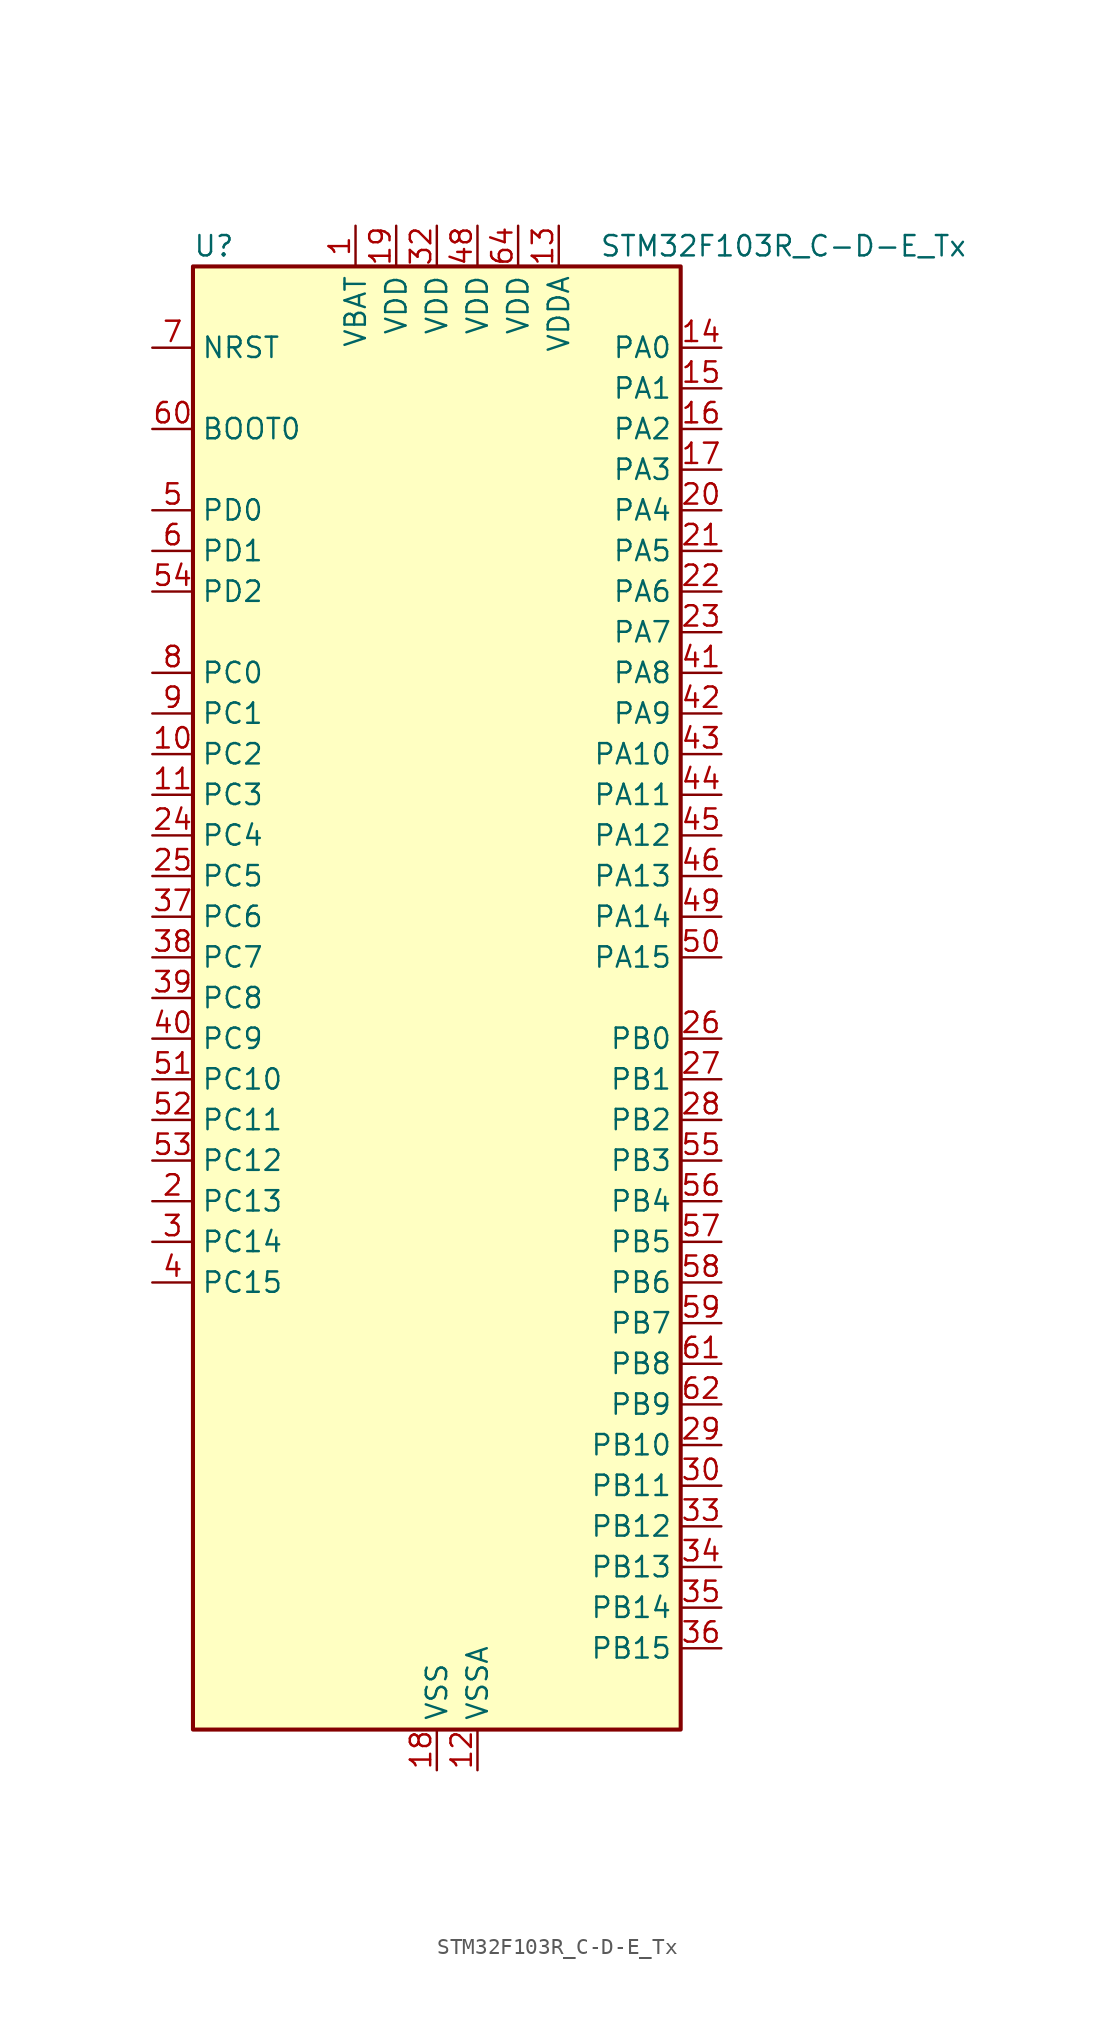
<source format=kicad_sym>
(kicad_symbol_lib
  (version 20241209)
  (generator "kicad_symbol_editor")
  (generator_version "9.0")
  (symbol "STM32F103R_C-D-E_Tx"
    (property "Reference" "U"
      (at -15.24 46.99 0)
      (effects (font (size 1.27 1.27)) (justify left)))
    (property "Value" "STM32F103R_C-D-E_Tx"
      (at 10.16 46.99 0)
      (effects (font (size 1.27 1.27)) (justify left)))
    (symbol "STM32F103R_C-D-E_Tx_0_1"
      (rectangle (start -15.24 -45.72) (end 15.24 45.72) (stroke (width 0.254) (type default)) (fill (type background))))
    (symbol "STM32F103R_C-D-E_Tx_1_1"
      (pin input line (at -17.78 40.64 0) (length 2.54) (name "NRST" (effects (font (size 1.27 1.27)))) (number "7" (effects (font (size 1.27 1.27)))))
      (pin input line (at -17.78 35.56 0) (length 2.54) (name "BOOT0" (effects (font (size 1.27 1.27)))) (number "60" (effects (font (size 1.27 1.27)))))
      (pin bidirectional line (at -17.78 30.48 0) (length 2.54) (name "PD0" (effects (font (size 1.27 1.27)))) (number "5" (effects (font (size 1.27 1.27)))) (alternate "RCC_OSC_IN" bidirectional line))
      (pin bidirectional line (at -17.78 27.94 0) (length 2.54) (name "PD1" (effects (font (size 1.27 1.27)))) (number "6" (effects (font (size 1.27 1.27)))) (alternate "RCC_OSC_OUT" bidirectional line))
      (pin bidirectional line (at -17.78 25.4 0) (length 2.54) (name "PD2" (effects (font (size 1.27 1.27)))) (number "54" (effects (font (size 1.27 1.27)))) (alternate "SDIO_CMD" bidirectional line) (alternate "TIM3_ETR" bidirectional line) (alternate "UART5_RX" bidirectional line))
      (pin bidirectional line (at -17.78 20.32 0) (length 2.54) (name "PC0" (effects (font (size 1.27 1.27)))) (number "8" (effects (font (size 1.27 1.27)))) (alternate "ADC1_IN10" bidirectional line) (alternate "ADC2_IN10" bidirectional line) (alternate "ADC3_IN10" bidirectional line))
      (pin bidirectional line (at -17.78 17.78 0) (length 2.54) (name "PC1" (effects (font (size 1.27 1.27)))) (number "9" (effects (font (size 1.27 1.27)))) (alternate "ADC1_IN11" bidirectional line) (alternate "ADC2_IN11" bidirectional line) (alternate "ADC3_IN11" bidirectional line))
      (pin bidirectional line (at -17.78 15.24 0) (length 2.54) (name "PC2" (effects (font (size 1.27 1.27)))) (number "10" (effects (font (size 1.27 1.27)))) (alternate "ADC1_IN12" bidirectional line) (alternate "ADC2_IN12" bidirectional line) (alternate "ADC3_IN12" bidirectional line))
      (pin bidirectional line (at -17.78 12.7 0) (length 2.54) (name "PC3" (effects (font (size 1.27 1.27)))) (number "11" (effects (font (size 1.27 1.27)))) (alternate "ADC1_IN13" bidirectional line) (alternate "ADC2_IN13" bidirectional line) (alternate "ADC3_IN13" bidirectional line))
      (pin bidirectional line (at -17.78 10.16 0) (length 2.54) (name "PC4" (effects (font (size 1.27 1.27)))) (number "24" (effects (font (size 1.27 1.27)))) (alternate "ADC1_IN14" bidirectional line) (alternate "ADC2_IN14" bidirectional line))
      (pin bidirectional line (at -17.78 7.62 0) (length 2.54) (name "PC5" (effects (font (size 1.27 1.27)))) (number "25" (effects (font (size 1.27 1.27)))) (alternate "ADC1_IN15" bidirectional line) (alternate "ADC2_IN15" bidirectional line))
      (pin bidirectional line (at -17.78 5.08 0) (length 2.54) (name "PC6" (effects (font (size 1.27 1.27)))) (number "37" (effects (font (size 1.27 1.27)))) (alternate "I2S2_MCK" bidirectional line) (alternate "SDIO_D6" bidirectional line) (alternate "TIM3_CH1" bidirectional line) (alternate "TIM8_CH1" bidirectional line))
      (pin bidirectional line (at -17.78 2.54 0) (length 2.54) (name "PC7" (effects (font (size 1.27 1.27)))) (number "38" (effects (font (size 1.27 1.27)))) (alternate "I2S3_MCK" bidirectional line) (alternate "SDIO_D7" bidirectional line) (alternate "TIM3_CH2" bidirectional line) (alternate "TIM8_CH2" bidirectional line))
      (pin bidirectional line (at -17.78 0 0) (length 2.54) (name "PC8" (effects (font (size 1.27 1.27)))) (number "39" (effects (font (size 1.27 1.27)))) (alternate "SDIO_D0" bidirectional line) (alternate "TIM3_CH3" bidirectional line) (alternate "TIM8_CH3" bidirectional line))
      (pin bidirectional line (at -17.78 -2.54 0) (length 2.54) (name "PC9" (effects (font (size 1.27 1.27)))) (number "40" (effects (font (size 1.27 1.27)))) (alternate "DAC_EXTI9" bidirectional line) (alternate "SDIO_D1" bidirectional line) (alternate "TIM3_CH4" bidirectional line) (alternate "TIM8_CH4" bidirectional line))
      (pin bidirectional line (at -17.78 -5.08 0) (length 2.54) (name "PC10" (effects (font (size 1.27 1.27)))) (number "51" (effects (font (size 1.27 1.27)))) (alternate "SDIO_D2" bidirectional line) (alternate "UART4_TX" bidirectional line) (alternate "USART3_TX" bidirectional line))
      (pin bidirectional line (at -17.78 -7.62 0) (length 2.54) (name "PC11" (effects (font (size 1.27 1.27)))) (number "52" (effects (font (size 1.27 1.27)))) (alternate "ADC1_EXTI11" bidirectional line) (alternate "ADC2_EXTI11" bidirectional line) (alternate "SDIO_D3" bidirectional line) (alternate "UART4_RX" bidirectional line) (alternate "USART3_RX" bidirectional line))
      (pin bidirectional line (at -17.78 -10.16 0) (length 2.54) (name "PC12" (effects (font (size 1.27 1.27)))) (number "53" (effects (font (size 1.27 1.27)))) (alternate "SDIO_CK" bidirectional line) (alternate "UART5_TX" bidirectional line) (alternate "USART3_CK" bidirectional line))
      (pin bidirectional line (at -17.78 -12.7 0) (length 2.54) (name "PC13" (effects (font (size 1.27 1.27)))) (number "2" (effects (font (size 1.27 1.27)))) (alternate "RTC_OUT" bidirectional line) (alternate "RTC_TAMPER" bidirectional line))
      (pin bidirectional line (at -17.78 -15.24 0) (length 2.54) (name "PC14" (effects (font (size 1.27 1.27)))) (number "3" (effects (font (size 1.27 1.27)))) (alternate "RCC_OSC32_IN" bidirectional line))
      (pin bidirectional line (at -17.78 -17.78 0) (length 2.54) (name "PC15" (effects (font (size 1.27 1.27)))) (number "4" (effects (font (size 1.27 1.27)))) (alternate "ADC1_EXTI15" bidirectional line) (alternate "ADC2_EXTI15" bidirectional line) (alternate "RCC_OSC32_OUT" bidirectional line))
      (pin power_in line (at -5.08 48.26 270) (length 2.54) (name "VBAT" (effects (font (size 1.27 1.27)))) (number "1" (effects (font (size 1.27 1.27)))))
      (pin power_in line (at -2.54 48.26 270) (length 2.54) (name "VDD" (effects (font (size 1.27 1.27)))) (number "19" (effects (font (size 1.27 1.27)))))
      (pin power_in line (at 0 48.26 270) (length 2.54) (name "VDD" (effects (font (size 1.27 1.27)))) (number "32" (effects (font (size 1.27 1.27)))))
      (pin power_in line (at 0 -48.26 90) (length 2.54) (name "VSS" (effects (font (size 1.27 1.27)))) (number "18" (effects (font (size 1.27 1.27)))))
      (pin passive line (at 0 -48.26 90) (length 2.54) (hide yes) (name "VSS" (effects (font (size 1.27 1.27)))) (number "31" (effects (font (size 1.27 1.27)))))
      (pin passive line (at 0 -48.26 90) (length 2.54) (hide yes) (name "VSS" (effects (font (size 1.27 1.27)))) (number "47" (effects (font (size 1.27 1.27)))))
      (pin passive line (at 0 -48.26 90) (length 2.54) (hide yes) (name "VSS" (effects (font (size 1.27 1.27)))) (number "63" (effects (font (size 1.27 1.27)))))
      (pin power_in line (at 2.54 48.26 270) (length 2.54) (name "VDD" (effects (font (size 1.27 1.27)))) (number "48" (effects (font (size 1.27 1.27)))))
      (pin power_in line (at 2.54 -48.26 90) (length 2.54) (name "VSSA" (effects (font (size 1.27 1.27)))) (number "12" (effects (font (size 1.27 1.27)))))
      (pin power_in line (at 5.08 48.26 270) (length 2.54) (name "VDD" (effects (font (size 1.27 1.27)))) (number "64" (effects (font (size 1.27 1.27)))))
      (pin power_in line (at 7.62 48.26 270) (length 2.54) (name "VDDA" (effects (font (size 1.27 1.27)))) (number "13" (effects (font (size 1.27 1.27)))))
      (pin bidirectional line (at 17.78 40.64 180) (length 2.54) (name "PA0" (effects (font (size 1.27 1.27)))) (number "14" (effects (font (size 1.27 1.27)))) (alternate "ADC1_IN0" bidirectional line) (alternate "ADC2_IN0" bidirectional line) (alternate "ADC3_IN0" bidirectional line) (alternate "SYS_WKUP" bidirectional line) (alternate "TIM2_CH1" bidirectional line) (alternate "TIM2_ETR" bidirectional line) (alternate "TIM5_CH1" bidirectional line) (alternate "TIM8_ETR" bidirectional line) (alternate "USART2_CTS" bidirectional line))
      (pin bidirectional line (at 17.78 38.1 180) (length 2.54) (name "PA1" (effects (font (size 1.27 1.27)))) (number "15" (effects (font (size 1.27 1.27)))) (alternate "ADC1_IN1" bidirectional line) (alternate "ADC2_IN1" bidirectional line) (alternate "ADC3_IN1" bidirectional line) (alternate "TIM2_CH2" bidirectional line) (alternate "TIM5_CH2" bidirectional line) (alternate "USART2_RTS" bidirectional line))
      (pin bidirectional line (at 17.78 35.56 180) (length 2.54) (name "PA2" (effects (font (size 1.27 1.27)))) (number "16" (effects (font (size 1.27 1.27)))) (alternate "ADC1_IN2" bidirectional line) (alternate "ADC2_IN2" bidirectional line) (alternate "ADC3_IN2" bidirectional line) (alternate "TIM2_CH3" bidirectional line) (alternate "TIM5_CH3" bidirectional line) (alternate "USART2_TX" bidirectional line))
      (pin bidirectional line (at 17.78 33.02 180) (length 2.54) (name "PA3" (effects (font (size 1.27 1.27)))) (number "17" (effects (font (size 1.27 1.27)))) (alternate "ADC1_IN3" bidirectional line) (alternate "ADC2_IN3" bidirectional line) (alternate "ADC3_IN3" bidirectional line) (alternate "TIM2_CH4" bidirectional line) (alternate "TIM5_CH4" bidirectional line) (alternate "USART2_RX" bidirectional line))
      (pin bidirectional line (at 17.78 30.48 180) (length 2.54) (name "PA4" (effects (font (size 1.27 1.27)))) (number "20" (effects (font (size 1.27 1.27)))) (alternate "ADC1_IN4" bidirectional line) (alternate "ADC2_IN4" bidirectional line) (alternate "DAC_OUT1" bidirectional line) (alternate "SPI1_NSS" bidirectional line) (alternate "USART2_CK" bidirectional line))
      (pin bidirectional line (at 17.78 27.94 180) (length 2.54) (name "PA5" (effects (font (size 1.27 1.27)))) (number "21" (effects (font (size 1.27 1.27)))) (alternate "ADC1_IN5" bidirectional line) (alternate "ADC2_IN5" bidirectional line) (alternate "DAC_OUT2" bidirectional line) (alternate "SPI1_SCK" bidirectional line))
      (pin bidirectional line (at 17.78 25.4 180) (length 2.54) (name "PA6" (effects (font (size 1.27 1.27)))) (number "22" (effects (font (size 1.27 1.27)))) (alternate "ADC1_IN6" bidirectional line) (alternate "ADC2_IN6" bidirectional line) (alternate "SPI1_MISO" bidirectional line) (alternate "TIM1_BKIN" bidirectional line) (alternate "TIM3_CH1" bidirectional line) (alternate "TIM8_BKIN" bidirectional line))
      (pin bidirectional line (at 17.78 22.86 180) (length 2.54) (name "PA7" (effects (font (size 1.27 1.27)))) (number "23" (effects (font (size 1.27 1.27)))) (alternate "ADC1_IN7" bidirectional line) (alternate "ADC2_IN7" bidirectional line) (alternate "SPI1_MOSI" bidirectional line) (alternate "TIM1_CH1N" bidirectional line) (alternate "TIM3_CH2" bidirectional line) (alternate "TIM8_CH1N" bidirectional line))
      (pin bidirectional line (at 17.78 20.32 180) (length 2.54) (name "PA8" (effects (font (size 1.27 1.27)))) (number "41" (effects (font (size 1.27 1.27)))) (alternate "RCC_MCO" bidirectional line) (alternate "TIM1_CH1" bidirectional line) (alternate "USART1_CK" bidirectional line))
      (pin bidirectional line (at 17.78 17.78 180) (length 2.54) (name "PA9" (effects (font (size 1.27 1.27)))) (number "42" (effects (font (size 1.27 1.27)))) (alternate "DAC_EXTI9" bidirectional line) (alternate "TIM1_CH2" bidirectional line) (alternate "USART1_TX" bidirectional line))
      (pin bidirectional line (at 17.78 15.24 180) (length 2.54) (name "PA10" (effects (font (size 1.27 1.27)))) (number "43" (effects (font (size 1.27 1.27)))) (alternate "TIM1_CH3" bidirectional line) (alternate "USART1_RX" bidirectional line))
      (pin bidirectional line (at 17.78 12.7 180) (length 2.54) (name "PA11" (effects (font (size 1.27 1.27)))) (number "44" (effects (font (size 1.27 1.27)))) (alternate "ADC1_EXTI11" bidirectional line) (alternate "ADC2_EXTI11" bidirectional line) (alternate "CAN_RX" bidirectional line) (alternate "TIM1_CH4" bidirectional line) (alternate "USART1_CTS" bidirectional line) (alternate "USB_DM" bidirectional line))
      (pin bidirectional line (at 17.78 10.16 180) (length 2.54) (name "PA12" (effects (font (size 1.27 1.27)))) (number "45" (effects (font (size 1.27 1.27)))) (alternate "CAN_TX" bidirectional line) (alternate "TIM1_ETR" bidirectional line) (alternate "USART1_RTS" bidirectional line) (alternate "USB_DP" bidirectional line))
      (pin bidirectional line (at 17.78 7.62 180) (length 2.54) (name "PA13" (effects (font (size 1.27 1.27)))) (number "46" (effects (font (size 1.27 1.27)))) (alternate "SYS_JTMS-SWDIO" bidirectional line))
      (pin bidirectional line (at 17.78 5.08 180) (length 2.54) (name "PA14" (effects (font (size 1.27 1.27)))) (number "49" (effects (font (size 1.27 1.27)))) (alternate "SYS_JTCK-SWCLK" bidirectional line))
      (pin bidirectional line (at 17.78 2.54 180) (length 2.54) (name "PA15" (effects (font (size 1.27 1.27)))) (number "50" (effects (font (size 1.27 1.27)))) (alternate "ADC1_EXTI15" bidirectional line) (alternate "ADC2_EXTI15" bidirectional line) (alternate "I2S3_WS" bidirectional line) (alternate "SPI1_NSS" bidirectional line) (alternate "SPI3_NSS" bidirectional line) (alternate "SYS_JTDI" bidirectional line) (alternate "TIM2_CH1" bidirectional line) (alternate "TIM2_ETR" bidirectional line))
      (pin bidirectional line (at 17.78 -2.54 180) (length 2.54) (name "PB0" (effects (font (size 1.27 1.27)))) (number "26" (effects (font (size 1.27 1.27)))) (alternate "ADC1_IN8" bidirectional line) (alternate "ADC2_IN8" bidirectional line) (alternate "TIM1_CH2N" bidirectional line) (alternate "TIM3_CH3" bidirectional line) (alternate "TIM8_CH2N" bidirectional line))
      (pin bidirectional line (at 17.78 -5.08 180) (length 2.54) (name "PB1" (effects (font (size 1.27 1.27)))) (number "27" (effects (font (size 1.27 1.27)))) (alternate "ADC1_IN9" bidirectional line) (alternate "ADC2_IN9" bidirectional line) (alternate "TIM1_CH3N" bidirectional line) (alternate "TIM3_CH4" bidirectional line) (alternate "TIM8_CH3N" bidirectional line))
      (pin bidirectional line (at 17.78 -7.62 180) (length 2.54) (name "PB2" (effects (font (size 1.27 1.27)))) (number "28" (effects (font (size 1.27 1.27)))))
      (pin bidirectional line (at 17.78 -10.16 180) (length 2.54) (name "PB3" (effects (font (size 1.27 1.27)))) (number "55" (effects (font (size 1.27 1.27)))) (alternate "I2S3_CK" bidirectional line) (alternate "SPI1_SCK" bidirectional line) (alternate "SPI3_SCK" bidirectional line) (alternate "SYS_JTDO-TRACESWO" bidirectional line) (alternate "TIM2_CH2" bidirectional line))
      (pin bidirectional line (at 17.78 -12.7 180) (length 2.54) (name "PB4" (effects (font (size 1.27 1.27)))) (number "56" (effects (font (size 1.27 1.27)))) (alternate "SPI1_MISO" bidirectional line) (alternate "SPI3_MISO" bidirectional line) (alternate "SYS_NJTRST" bidirectional line) (alternate "TIM3_CH1" bidirectional line))
      (pin bidirectional line (at 17.78 -15.24 180) (length 2.54) (name "PB5" (effects (font (size 1.27 1.27)))) (number "57" (effects (font (size 1.27 1.27)))) (alternate "I2C1_SMBA" bidirectional line) (alternate "I2S3_SD" bidirectional line) (alternate "SPI1_MOSI" bidirectional line) (alternate "SPI3_MOSI" bidirectional line) (alternate "TIM3_CH2" bidirectional line))
      (pin bidirectional line (at 17.78 -17.78 180) (length 2.54) (name "PB6" (effects (font (size 1.27 1.27)))) (number "58" (effects (font (size 1.27 1.27)))) (alternate "I2C1_SCL" bidirectional line) (alternate "TIM4_CH1" bidirectional line) (alternate "USART1_TX" bidirectional line))
      (pin bidirectional line (at 17.78 -20.32 180) (length 2.54) (name "PB7" (effects (font (size 1.27 1.27)))) (number "59" (effects (font (size 1.27 1.27)))) (alternate "I2C1_SDA" bidirectional line) (alternate "TIM4_CH2" bidirectional line) (alternate "USART1_RX" bidirectional line))
      (pin bidirectional line (at 17.78 -22.86 180) (length 2.54) (name "PB8" (effects (font (size 1.27 1.27)))) (number "61" (effects (font (size 1.27 1.27)))) (alternate "CAN_RX" bidirectional line) (alternate "I2C1_SCL" bidirectional line) (alternate "SDIO_D4" bidirectional line) (alternate "TIM4_CH3" bidirectional line))
      (pin bidirectional line (at 17.78 -25.4 180) (length 2.54) (name "PB9" (effects (font (size 1.27 1.27)))) (number "62" (effects (font (size 1.27 1.27)))) (alternate "CAN_TX" bidirectional line) (alternate "DAC_EXTI9" bidirectional line) (alternate "I2C1_SDA" bidirectional line) (alternate "SDIO_D5" bidirectional line) (alternate "TIM4_CH4" bidirectional line))
      (pin bidirectional line (at 17.78 -27.94 180) (length 2.54) (name "PB10" (effects (font (size 1.27 1.27)))) (number "29" (effects (font (size 1.27 1.27)))) (alternate "I2C2_SCL" bidirectional line) (alternate "TIM2_CH3" bidirectional line) (alternate "USART3_TX" bidirectional line))
      (pin bidirectional line (at 17.78 -30.48 180) (length 2.54) (name "PB11" (effects (font (size 1.27 1.27)))) (number "30" (effects (font (size 1.27 1.27)))) (alternate "ADC1_EXTI11" bidirectional line) (alternate "ADC2_EXTI11" bidirectional line) (alternate "I2C2_SDA" bidirectional line) (alternate "TIM2_CH4" bidirectional line) (alternate "USART3_RX" bidirectional line))
      (pin bidirectional line (at 17.78 -33.02 180) (length 2.54) (name "PB12" (effects (font (size 1.27 1.27)))) (number "33" (effects (font (size 1.27 1.27)))) (alternate "I2C2_SMBA" bidirectional line) (alternate "I2S2_WS" bidirectional line) (alternate "SPI2_NSS" bidirectional line) (alternate "TIM1_BKIN" bidirectional line) (alternate "USART3_CK" bidirectional line))
      (pin bidirectional line (at 17.78 -35.56 180) (length 2.54) (name "PB13" (effects (font (size 1.27 1.27)))) (number "34" (effects (font (size 1.27 1.27)))) (alternate "I2S2_CK" bidirectional line) (alternate "SPI2_SCK" bidirectional line) (alternate "TIM1_CH1N" bidirectional line) (alternate "USART3_CTS" bidirectional line))
      (pin bidirectional line (at 17.78 -38.1 180) (length 2.54) (name "PB14" (effects (font (size 1.27 1.27)))) (number "35" (effects (font (size 1.27 1.27)))) (alternate "SPI2_MISO" bidirectional line) (alternate "TIM1_CH2N" bidirectional line) (alternate "USART3_RTS" bidirectional line))
      (pin bidirectional line (at 17.78 -40.64 180) (length 2.54) (name "PB15" (effects (font (size 1.27 1.27)))) (number "36" (effects (font (size 1.27 1.27)))) (alternate "ADC1_EXTI15" bidirectional line) (alternate "ADC2_EXTI15" bidirectional line) (alternate "I2S2_SD" bidirectional line) (alternate "SPI2_MOSI" bidirectional line) (alternate "TIM1_CH3N" bidirectional line)))))
</source>
